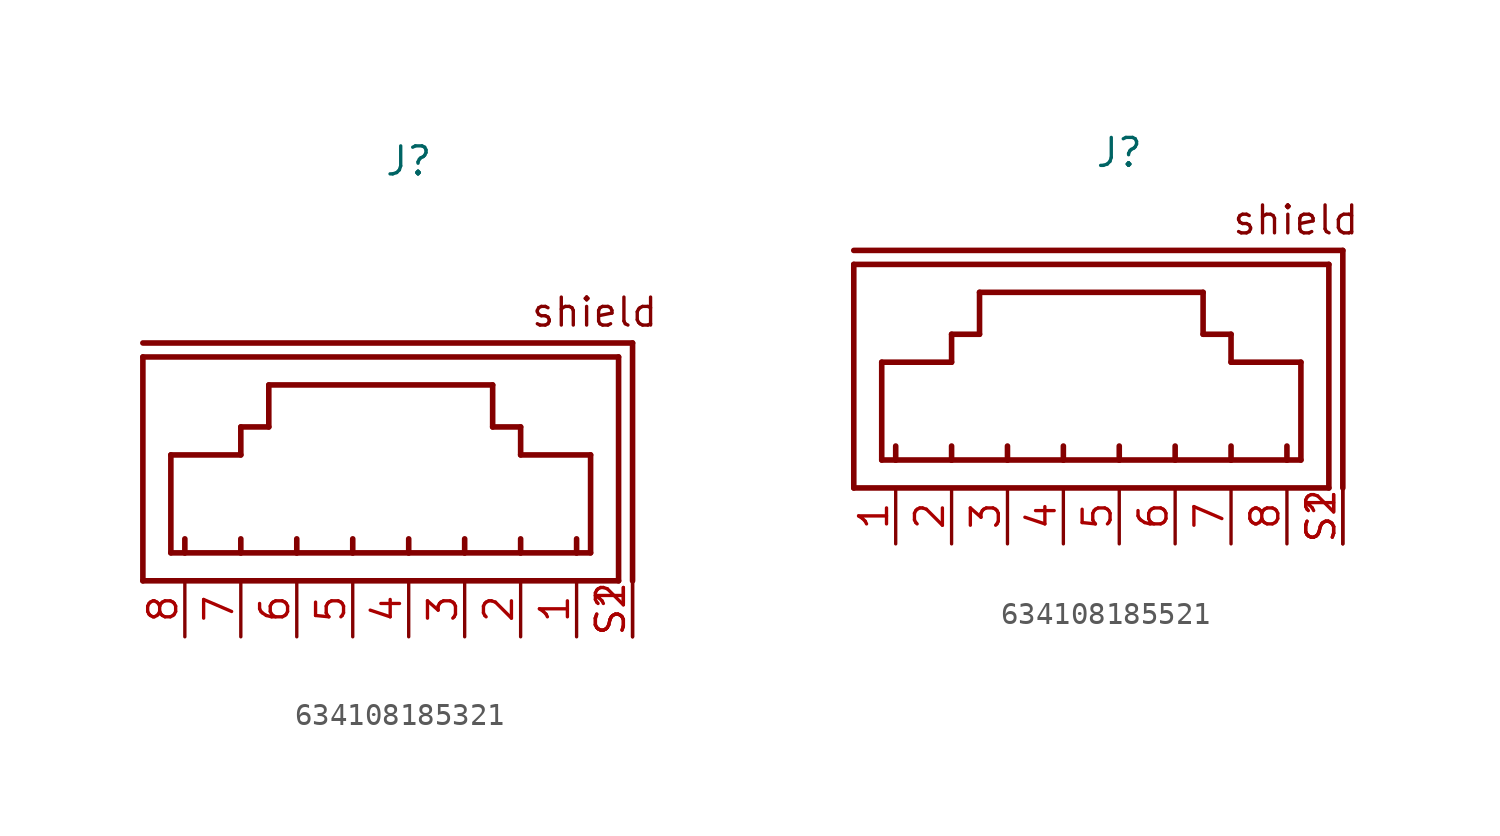
<source format=kicad_sym>
(kicad_symbol_lib
  (version 20241209)
  (generator "kicad_symbol_editor")
  (generator_version "9.0")
  (symbol "634108185321"
    (pin_names
      (hide yes))
    (property "Reference" "J"
      (at 0 13.97 0)
      (effects (font (size 1.27 1.27))))
    (symbol "634108185321_1_0"
      (polyline (pts (xy -12.065 5.715) (xy 10.16 5.715)) (stroke (width 0.254) (type solid)) (fill (type none)))
      (polyline (pts (xy -12.065 5.08) (xy 9.525 5.08)) (stroke (width 0.254) (type solid)) (fill (type none)))
      (polyline (pts (xy -12.065 -5.08) (xy -12.065 5.08)) (stroke (width 0.254) (type solid)) (fill (type none)))
      (polyline (pts (xy -10.795 0.635) (xy -7.62 0.635)) (stroke (width 0.254) (type solid)) (fill (type none)))
      (polyline (pts (xy -10.795 -3.81) (xy -10.795 0.635)) (stroke (width 0.254) (type solid)) (fill (type none)))
      (polyline (pts (xy -10.16 -3.81) (xy -10.795 -3.81)) (stroke (width 0.254) (type solid)) (fill (type none)))
      (polyline (pts (xy -10.16 -3.81) (xy -10.16 -3.175)) (stroke (width 0.254) (type solid)) (fill (type none)))
      (polyline (pts (xy -7.62 1.905) (xy -6.35 1.905)) (stroke (width 0.254) (type solid)) (fill (type none)))
      (polyline (pts (xy -7.62 0.635) (xy -7.62 1.905)) (stroke (width 0.254) (type solid)) (fill (type none)))
      (polyline (pts (xy -7.62 -3.81) (xy -10.16 -3.81)) (stroke (width 0.254) (type solid)) (fill (type none)))
      (polyline (pts (xy -7.62 -3.81) (xy -7.62 -3.175)) (stroke (width 0.254) (type solid)) (fill (type none)))
      (polyline (pts (xy -6.35 3.81) (xy 3.81 3.81)) (stroke (width 0.254) (type solid)) (fill (type none)))
      (polyline (pts (xy -6.35 1.905) (xy -6.35 3.81)) (stroke (width 0.254) (type solid)) (fill (type none)))
      (polyline (pts (xy -5.08 -3.81) (xy -7.62 -3.81)) (stroke (width 0.254) (type solid)) (fill (type none)))
      (polyline (pts (xy -5.08 -3.81) (xy -5.08 -3.175)) (stroke (width 0.254) (type solid)) (fill (type none)))
      (polyline (pts (xy -2.54 -3.81) (xy -5.08 -3.81)) (stroke (width 0.254) (type solid)) (fill (type none)))
      (polyline (pts (xy -2.54 -3.81) (xy -2.54 -3.175)) (stroke (width 0.254) (type solid)) (fill (type none)))
      (polyline (pts (xy 0 -3.81) (xy -2.54 -3.81)) (stroke (width 0.254) (type solid)) (fill (type none)))
      (polyline (pts (xy 0 -3.81) (xy 0 -3.175)) (stroke (width 0.254) (type solid)) (fill (type none)))
      (polyline (pts (xy 2.54 -3.81) (xy 0 -3.81)) (stroke (width 0.254) (type solid)) (fill (type none)))
      (polyline (pts (xy 2.54 -3.81) (xy 2.54 -3.175)) (stroke (width 0.254) (type solid)) (fill (type none)))
      (polyline (pts (xy 3.81 1.905) (xy 3.81 3.81)) (stroke (width 0.254) (type solid)) (fill (type none)))
      (polyline (pts (xy 5.08 1.905) (xy 3.81 1.905)) (stroke (width 0.254) (type solid)) (fill (type none)))
      (polyline (pts (xy 5.08 0.635) (xy 5.08 1.905)) (stroke (width 0.254) (type solid)) (fill (type none)))
      (polyline (pts (xy 5.08 -3.81) (xy 2.54 -3.81)) (stroke (width 0.254) (type solid)) (fill (type none)))
      (polyline (pts (xy 5.08 -3.81) (xy 5.08 -3.175)) (stroke (width 0.254) (type solid)) (fill (type none)))
      (polyline (pts (xy 7.62 -3.81) (xy 5.08 -3.81)) (stroke (width 0.254) (type solid)) (fill (type none)))
      (polyline (pts (xy 7.62 -3.81) (xy 7.62 -3.175)) (stroke (width 0.254) (type solid)) (fill (type none)))
      (polyline (pts (xy 8.255 0.635) (xy 5.08 0.635)) (stroke (width 0.254) (type solid)) (fill (type none)))
      (polyline (pts (xy 8.255 0.635) (xy 8.255 -3.81)) (stroke (width 0.254) (type solid)) (fill (type none)))
      (polyline (pts (xy 8.255 -3.81) (xy 7.62 -3.81)) (stroke (width 0.254) (type solid)) (fill (type none)))
      (polyline (pts (xy 9.525 5.08) (xy 9.525 -5.08)) (stroke (width 0.254) (type solid)) (fill (type none)))
      (polyline (pts (xy 9.525 -5.08) (xy -12.065 -5.08)) (stroke (width 0.254) (type solid)) (fill (type none)))
      (polyline (pts (xy 10.16 5.715) (xy 10.16 -5.08)) (stroke (width 0.254) (type solid)) (fill (type none)))
      (pin passive line (at -10.16 -7.62 90) (length 2.54) (name "8" (effects (font (size 1.27 1.27)))) (number "8" (effects (font (size 1.27 1.27)))))
      (pin passive line (at -7.62 -7.62 90) (length 2.54) (name "7" (effects (font (size 1.27 1.27)))) (number "7" (effects (font (size 1.27 1.27)))))
      (pin passive line (at -5.08 -7.62 90) (length 2.54) (name "6" (effects (font (size 1.27 1.27)))) (number "6" (effects (font (size 1.27 1.27)))))
      (pin passive line (at -2.54 -7.62 90) (length 2.54) (name "5" (effects (font (size 1.27 1.27)))) (number "5" (effects (font (size 1.27 1.27)))))
      (pin passive line (at 0 -7.62 90) (length 2.54) (name "4" (effects (font (size 1.27 1.27)))) (number "4" (effects (font (size 1.27 1.27)))))
      (pin passive line (at 2.54 -7.62 90) (length 2.54) (name "3" (effects (font (size 1.27 1.27)))) (number "3" (effects (font (size 1.27 1.27)))))
      (pin passive line (at 5.08 -7.62 90) (length 2.54) (name "2" (effects (font (size 1.27 1.27)))) (number "2" (effects (font (size 1.27 1.27)))))
      (pin passive line (at 7.62 -7.62 90) (length 2.54) (name "1" (effects (font (size 1.27 1.27)))) (number "1" (effects (font (size 1.27 1.27)))))
      (pin passive line (at 10.16 -7.62 90) (length 2.54) (name "SHIELD" (effects (font (size 1.27 1.27)))) (number "S1" (effects (font (size 1.27 1.27)))))
      (pin passive line (at 10.16 -7.62 90) (length 2.54) (name "SHIELD" (effects (font (size 1.27 1.27)))) (number "S2" (effects (font (size 1.27 1.27))))))
    (symbol "634108185321_1_1"
      (text "shield" (at 5.495 6.365 0) (effects (font (size 1.27 1.27)) (justify left bottom)))))
  (symbol "634108185521"
    (pin_names
      (hide yes))
    (property "Reference" "J"
      (at 0 10.16 0)
      (effects (font (size 1.27 1.27))))
    (symbol "634108185521_1_0"
      (polyline (pts (xy -12.065 5.715) (xy 10.16 5.715)) (stroke (width 0.254) (type solid)) (fill (type none)))
      (polyline (pts (xy -12.065 5.08) (xy 9.525 5.08)) (stroke (width 0.254) (type solid)) (fill (type none)))
      (polyline (pts (xy -12.065 -5.08) (xy -12.065 5.08)) (stroke (width 0.254) (type solid)) (fill (type none)))
      (polyline (pts (xy -10.795 0.635) (xy -7.62 0.635)) (stroke (width 0.254) (type solid)) (fill (type none)))
      (polyline (pts (xy -10.795 -3.81) (xy -10.795 0.635)) (stroke (width 0.254) (type solid)) (fill (type none)))
      (polyline (pts (xy -10.16 -3.81) (xy -10.795 -3.81)) (stroke (width 0.254) (type solid)) (fill (type none)))
      (polyline (pts (xy -10.16 -3.81) (xy -10.16 -3.175)) (stroke (width 0.254) (type solid)) (fill (type none)))
      (polyline (pts (xy -7.62 1.905) (xy -6.35 1.905)) (stroke (width 0.254) (type solid)) (fill (type none)))
      (polyline (pts (xy -7.62 0.635) (xy -7.62 1.905)) (stroke (width 0.254) (type solid)) (fill (type none)))
      (polyline (pts (xy -7.62 -3.81) (xy -10.16 -3.81)) (stroke (width 0.254) (type solid)) (fill (type none)))
      (polyline (pts (xy -7.62 -3.81) (xy -7.62 -3.175)) (stroke (width 0.254) (type solid)) (fill (type none)))
      (polyline (pts (xy -6.35 3.81) (xy 3.81 3.81)) (stroke (width 0.254) (type solid)) (fill (type none)))
      (polyline (pts (xy -6.35 1.905) (xy -6.35 3.81)) (stroke (width 0.254) (type solid)) (fill (type none)))
      (polyline (pts (xy -5.08 -3.81) (xy -7.62 -3.81)) (stroke (width 0.254) (type solid)) (fill (type none)))
      (polyline (pts (xy -5.08 -3.81) (xy -5.08 -3.175)) (stroke (width 0.254) (type solid)) (fill (type none)))
      (polyline (pts (xy -2.54 -3.81) (xy -5.08 -3.81)) (stroke (width 0.254) (type solid)) (fill (type none)))
      (polyline (pts (xy -2.54 -3.81) (xy -2.54 -3.175)) (stroke (width 0.254) (type solid)) (fill (type none)))
      (polyline (pts (xy 0 -3.81) (xy -2.54 -3.81)) (stroke (width 0.254) (type solid)) (fill (type none)))
      (polyline (pts (xy 0 -3.81) (xy 0 -3.175)) (stroke (width 0.254) (type solid)) (fill (type none)))
      (polyline (pts (xy 2.54 -3.81) (xy 0 -3.81)) (stroke (width 0.254) (type solid)) (fill (type none)))
      (polyline (pts (xy 2.54 -3.81) (xy 2.54 -3.175)) (stroke (width 0.254) (type solid)) (fill (type none)))
      (polyline (pts (xy 3.81 1.905) (xy 3.81 3.81)) (stroke (width 0.254) (type solid)) (fill (type none)))
      (polyline (pts (xy 5.08 1.905) (xy 3.81 1.905)) (stroke (width 0.254) (type solid)) (fill (type none)))
      (polyline (pts (xy 5.08 0.635) (xy 5.08 1.905)) (stroke (width 0.254) (type solid)) (fill (type none)))
      (polyline (pts (xy 5.08 -3.81) (xy 2.54 -3.81)) (stroke (width 0.254) (type solid)) (fill (type none)))
      (polyline (pts (xy 5.08 -3.81) (xy 5.08 -3.175)) (stroke (width 0.254) (type solid)) (fill (type none)))
      (polyline (pts (xy 7.62 -3.81) (xy 5.08 -3.81)) (stroke (width 0.254) (type solid)) (fill (type none)))
      (polyline (pts (xy 7.62 -3.81) (xy 7.62 -3.175)) (stroke (width 0.254) (type solid)) (fill (type none)))
      (polyline (pts (xy 8.255 0.635) (xy 5.08 0.635)) (stroke (width 0.254) (type solid)) (fill (type none)))
      (polyline (pts (xy 8.255 0.635) (xy 8.255 -3.81)) (stroke (width 0.254) (type solid)) (fill (type none)))
      (polyline (pts (xy 8.255 -3.81) (xy 7.62 -3.81)) (stroke (width 0.254) (type solid)) (fill (type none)))
      (polyline (pts (xy 9.525 5.08) (xy 9.525 -5.08)) (stroke (width 0.254) (type solid)) (fill (type none)))
      (polyline (pts (xy 9.525 -5.08) (xy -12.065 -5.08)) (stroke (width 0.254) (type solid)) (fill (type none)))
      (polyline (pts (xy 10.16 5.715) (xy 10.16 -5.08)) (stroke (width 0.254) (type solid)) (fill (type none)))
      (pin passive line (at -10.16 -7.62 90) (length 2.54) (name "1" (effects (font (size 1.27 1.27)))) (number "1" (effects (font (size 1.27 1.27)))))
      (pin passive line (at -7.62 -7.62 90) (length 2.54) (name "2" (effects (font (size 1.27 1.27)))) (number "2" (effects (font (size 1.27 1.27)))))
      (pin passive line (at -5.08 -7.62 90) (length 2.54) (name "3" (effects (font (size 1.27 1.27)))) (number "3" (effects (font (size 1.27 1.27)))))
      (pin passive line (at -2.54 -7.62 90) (length 2.54) (name "4" (effects (font (size 1.27 1.27)))) (number "4" (effects (font (size 1.27 1.27)))))
      (pin passive line (at 0 -7.62 90) (length 2.54) (name "5" (effects (font (size 1.27 1.27)))) (number "5" (effects (font (size 1.27 1.27)))))
      (pin passive line (at 2.54 -7.62 90) (length 2.54) (name "6" (effects (font (size 1.27 1.27)))) (number "6" (effects (font (size 1.27 1.27)))))
      (pin passive line (at 5.08 -7.62 90) (length 2.54) (name "7" (effects (font (size 1.27 1.27)))) (number "7" (effects (font (size 1.27 1.27)))))
      (pin passive line (at 7.62 -7.62 90) (length 2.54) (name "8" (effects (font (size 1.27 1.27)))) (number "8" (effects (font (size 1.27 1.27)))))
      (pin passive line (at 10.16 -7.62 90) (length 2.54) (name "SHIELD" (effects (font (size 1.27 1.27)))) (number "S1" (effects (font (size 1.27 1.27)))))
      (pin passive line (at 10.16 -7.62 90) (length 2.54) (name "SHIELD" (effects (font (size 1.27 1.27)))) (number "S2" (effects (font (size 1.27 1.27))))))
    (symbol "634108185521_1_1"
      (text "shield" (at 5.08 6.35 0) (effects (font (size 1.27 1.27)) (justify left bottom))))))
</source>
